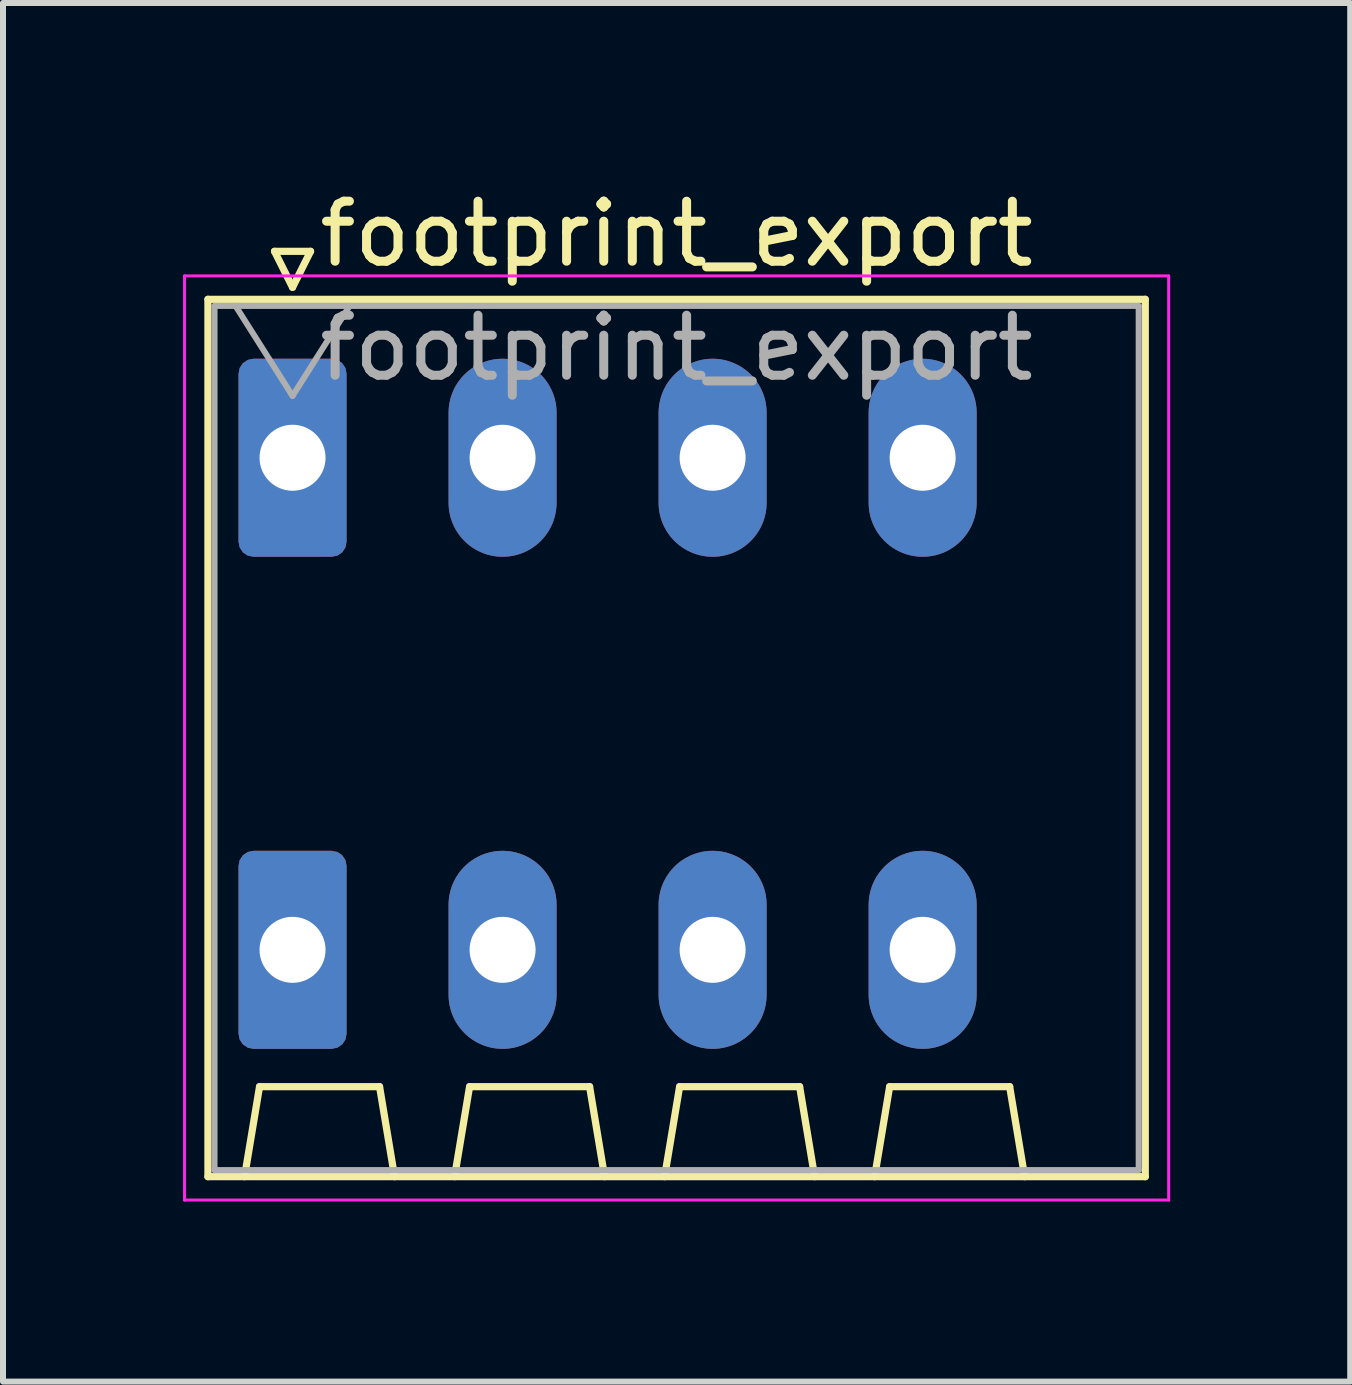
<source format=kicad_pcb>
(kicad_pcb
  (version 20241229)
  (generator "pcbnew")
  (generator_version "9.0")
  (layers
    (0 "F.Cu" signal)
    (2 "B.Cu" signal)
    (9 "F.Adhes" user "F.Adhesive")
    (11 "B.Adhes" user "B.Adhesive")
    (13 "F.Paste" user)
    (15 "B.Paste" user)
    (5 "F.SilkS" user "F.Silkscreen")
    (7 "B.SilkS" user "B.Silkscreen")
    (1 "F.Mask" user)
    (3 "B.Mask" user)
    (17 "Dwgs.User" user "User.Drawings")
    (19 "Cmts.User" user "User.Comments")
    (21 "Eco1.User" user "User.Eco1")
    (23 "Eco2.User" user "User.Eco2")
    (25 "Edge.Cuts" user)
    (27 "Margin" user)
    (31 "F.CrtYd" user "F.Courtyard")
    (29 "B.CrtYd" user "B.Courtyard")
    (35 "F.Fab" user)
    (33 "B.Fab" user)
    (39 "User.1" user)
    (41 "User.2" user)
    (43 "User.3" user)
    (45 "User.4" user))
  (footprint "footprint_export"
    (layer "F.Cu")
    (at 1.825 4.578)
    (property "Reference" "footprint_export" (at 6.4 -3.73 0) (layer "F.SilkS") (effects (font (size 1 1) (thickness 0.15))))
    (attr through_hole)
    (fp_line (start -1.41 -2.64) (end 14.21 -2.64) (stroke (width 0.12) (type solid)) (layer "F.SilkS"))
    (fp_line (start -1.41 11.98) (end -1.41 -2.64) (stroke (width 0.12) (type solid)) (layer "F.SilkS"))
    (fp_line (start -0.8 11.98) (end -0.55 10.48) (stroke (width 0.12) (type solid)) (layer "F.SilkS"))
    (fp_line (start -0.55 10.48) (end 1.45 10.48) (stroke (width 0.12) (type solid)) (layer "F.SilkS"))
    (fp_line (start -0.3 -3.44) (end 0 -2.84) (stroke (width 0.12) (type solid)) (layer "F.SilkS"))
    (fp_line (start -0.3 -3.44) (end 0.3 -3.44) (stroke (width 0.12) (type solid)) (layer "F.SilkS"))
    (fp_line (start 0.3 -3.44) (end 0 -2.84) (stroke (width 0.12) (type solid)) (layer "F.SilkS"))
    (fp_line (start 1.7 11.98) (end 1.45 10.48) (stroke (width 0.12) (type solid)) (layer "F.SilkS"))
    (fp_line (start 2.7 11.98) (end 2.95 10.48) (stroke (width 0.12) (type solid)) (layer "F.SilkS"))
    (fp_line (start 2.95 10.48) (end 4.95 10.48) (stroke (width 0.12) (type solid)) (layer "F.SilkS"))
    (fp_line (start 5.2 11.98) (end 4.95 10.48) (stroke (width 0.12) (type solid)) (layer "F.SilkS"))
    (fp_line (start 6.2 11.98) (end 6.45 10.48) (stroke (width 0.12) (type solid)) (layer "F.SilkS"))
    (fp_line (start 6.45 10.48) (end 8.45 10.48) (stroke (width 0.12) (type solid)) (layer "F.SilkS"))
    (fp_line (start 8.7 11.98) (end 8.45 10.48) (stroke (width 0.12) (type solid)) (layer "F.SilkS"))
    (fp_line (start 9.7 11.98) (end 9.95 10.48) (stroke (width 0.12) (type solid)) (layer "F.SilkS"))
    (fp_line (start 9.95 10.48) (end 11.95 10.48) (stroke (width 0.12) (type solid)) (layer "F.SilkS"))
    (fp_line (start 12.2 11.98) (end 11.95 10.48) (stroke (width 0.12) (type solid)) (layer "F.SilkS"))
    (fp_line (start 14.21 -2.64) (end 14.21 11.98) (stroke (width 0.12) (type solid)) (layer "F.SilkS"))
    (fp_line (start 14.21 11.98) (end -1.41 11.98) (stroke (width 0.12) (type solid)) (layer "F.SilkS"))
    (fp_line (start -1.8 -3.03) (end -1.8 12.37) (stroke (width 0.05) (type solid)) (layer "F.CrtYd"))
    (fp_line (start -1.8 12.37) (end 14.6 12.37) (stroke (width 0.05) (type solid)) (layer "F.CrtYd"))
    (fp_line (start 14.6 -3.03) (end -1.8 -3.03) (stroke (width 0.05) (type solid)) (layer "F.CrtYd"))
    (fp_line (start 14.6 12.37) (end 14.6 -3.03) (stroke (width 0.05) (type solid)) (layer "F.CrtYd"))
    (fp_line (start -1.3 -2.53) (end -1.3 11.87) (stroke (width 0.1) (type solid)) (layer "F.Fab"))
    (fp_line (start -1.3 11.87) (end 14.1 11.87) (stroke (width 0.1) (type solid)) (layer "F.Fab"))
    (fp_line (start -0.95 -2.53) (end 0 -1.03) (stroke (width 0.1) (type solid)) (layer "F.Fab"))
    (fp_line (start 0.95 -2.53) (end 0 -1.03) (stroke (width 0.1) (type solid)) (layer "F.Fab"))
    (fp_line (start 14.1 -2.53) (end -1.3 -2.53) (stroke (width 0.1) (type solid)) (layer "F.Fab"))
    (fp_line (start 14.1 11.87) (end 14.1 -2.53) (stroke (width 0.1) (type solid)) (layer "F.Fab"))
    (fp_text user "${REFERENCE}" (at 6.4 -1.83 0) (layer "F.Fab") (effects (font (size 1 1) (thickness 0.15))))
    (pad "1" thru_hole roundrect (at 0 0) (size 1.8 3.3) (drill 1.1) (layers "*.Cu" "*.Mask") (roundrect_rratio 0.139))
    (pad "1" thru_hole roundrect (at 0 8.2) (size 1.8 3.3) (drill 1.1) (layers "*.Cu" "*.Mask") (roundrect_rratio 0.139))
    (pad "2" thru_hole oval (at 3.5 0) (size 1.8 3.3) (drill 1.1) (layers "*.Cu" "*.Mask"))
    (pad "2" thru_hole oval (at 3.5 8.2) (size 1.8 3.3) (drill 1.1) (layers "*.Cu" "*.Mask"))
    (pad "3" thru_hole oval (at 7 0) (size 1.8 3.3) (drill 1.1) (layers "*.Cu" "*.Mask"))
    (pad "3" thru_hole oval (at 7 8.2) (size 1.8 3.3) (drill 1.1) (layers "*.Cu" "*.Mask"))
    (pad "4" thru_hole oval (at 10.5 0) (size 1.8 3.3) (drill 1.1) (layers "*.Cu" "*.Mask"))
    (pad "4" thru_hole oval (at 10.5 8.2) (size 1.8 3.3) (drill 1.1) (layers "*.Cu" "*.Mask")))
  (gr_rect
    (start -3 -3)
    (end 19.45 19.973)
    (stroke (width 0.1) (type default))
    (fill no)
    (layer "Edge.Cuts")))
</source>
